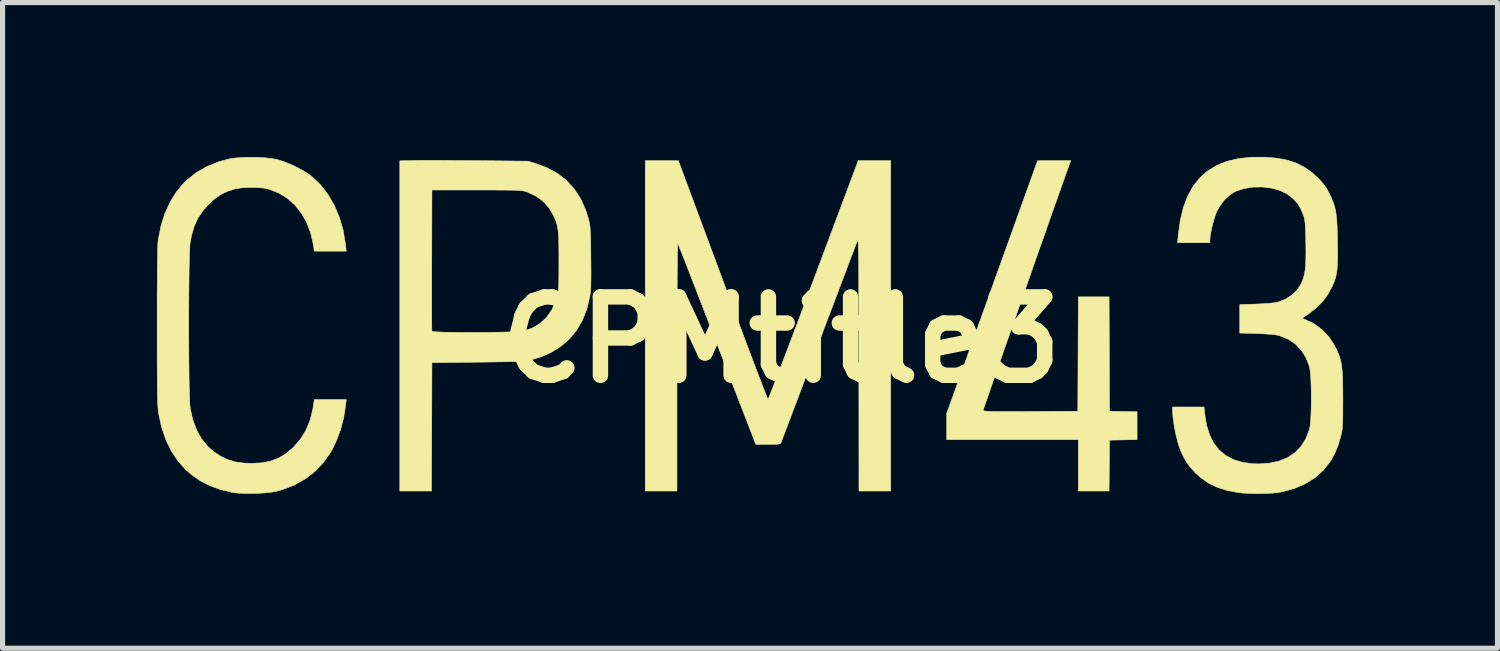
<source format=kicad_pcb>
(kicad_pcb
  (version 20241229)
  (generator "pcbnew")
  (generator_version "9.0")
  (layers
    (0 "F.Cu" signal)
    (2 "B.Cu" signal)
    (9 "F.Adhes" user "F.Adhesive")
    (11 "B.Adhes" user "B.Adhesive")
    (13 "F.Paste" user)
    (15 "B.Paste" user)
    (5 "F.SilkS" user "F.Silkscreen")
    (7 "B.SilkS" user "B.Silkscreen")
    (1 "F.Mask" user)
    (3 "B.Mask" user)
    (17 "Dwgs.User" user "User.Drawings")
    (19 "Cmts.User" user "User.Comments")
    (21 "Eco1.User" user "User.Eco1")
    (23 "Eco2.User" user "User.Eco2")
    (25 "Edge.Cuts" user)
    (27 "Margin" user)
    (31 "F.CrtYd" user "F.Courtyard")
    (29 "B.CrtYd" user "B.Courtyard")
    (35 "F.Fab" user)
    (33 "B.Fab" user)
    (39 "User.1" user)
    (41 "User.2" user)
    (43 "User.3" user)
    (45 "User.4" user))
  (footprint "CPMtitle3"
    (layer "F.Cu")
    (at 12.142 3.556)
    (property "Reference" "CPMtitle3" (at 0 0 0) (layer "F.SilkS") (effects (font (size 1.524 1.524) (thickness 0.3))))
    (attr through_hole)
    (fp_poly (pts (xy 5.589 -3.388) (xy 5.569 -3.333) (xy 5.538 -3.249) (xy 5.499 -3.139) (xy 5.451 -3.003) (xy 5.395 -2.846) (xy 5.333 -2.67) (xy 5.264 -2.476) (xy 5.191 -2.267) (xy 5.113 -2.045) (xy 5.031 -1.814) (xy 4.947 -1.575) (xy 4.861 -1.33) (xy 4.774 -1.082) (xy 4.687 -0.834) (xy 4.601 -0.588) (xy 4.516 -0.346) (xy 4.434 -0.11) (xy 4.354 0.117) (xy 4.279 0.332) (xy 4.208 0.534) (xy 4.144 0.72) (xy 4.085 0.887) (xy 4.035 1.034) (xy 3.992 1.157) (xy 3.958 1.255) (xy 3.934 1.324) (xy 3.921 1.364) (xy 3.919 1.372) (xy 3.923 1.378) (xy 3.939 1.382) (xy 3.967 1.386) (xy 4.012 1.389) (xy 4.076 1.392) (xy 4.162 1.393) (xy 4.272 1.394) (xy 4.41 1.394) (xy 4.577 1.394) (xy 4.778 1.393) (xy 4.84 1.393) (xy 5.76 1.388) (xy 5.77 -0.835) (xy 6.368 -0.835) (xy 6.377 1.388) (xy 6.912 1.398) (xy 6.912 1.94) (xy 6.377 1.95) (xy 6.372 2.445) (xy 6.368 2.939) (xy 5.769 2.939) (xy 5.769 1.941) (xy 3.211 1.941) (xy 3.211 1.432) (xy 4.978 -3.483) (xy 5.624 -3.483) (xy 5.589 -3.388)) (stroke (width 0.01) (type solid)) (fill yes) (layer "F.SilkS"))
    (fp_poly (pts (xy 2.123 2.939) (xy 1.506 2.939) (xy 1.504 0.476) (xy 1.504 0.126) (xy 1.504 -0.189) (xy 1.503 -0.471) (xy 1.503 -0.723) (xy 1.502 -0.944) (xy 1.502 -1.139) (xy 1.501 -1.307) (xy 1.5 -1.45) (xy 1.499 -1.571) (xy 1.497 -1.671) (xy 1.496 -1.752) (xy 1.494 -1.816) (xy 1.492 -1.863) (xy 1.489 -1.897) (xy 1.486 -1.918) (xy 1.483 -1.929) (xy 1.48 -1.93) (xy 1.476 -1.924) (xy 1.475 -1.923) (xy 1.465 -1.898) (xy 1.443 -1.841) (xy 1.41 -1.755) (xy 1.367 -1.641) (xy 1.314 -1.503) (xy 1.253 -1.341) (xy 1.184 -1.16) (xy 1.108 -0.959) (xy 1.027 -0.743) (xy 0.94 -0.513) (xy 0.848 -0.271) (xy 0.754 -0.02) (xy 0.725 0.054) (xy 0.63 0.307) (xy 0.538 0.55) (xy 0.451 0.782) (xy 0.368 1.001) (xy 0.292 1.203) (xy 0.222 1.388) (xy 0.16 1.553) (xy 0.106 1.695) (xy 0.061 1.813) (xy 0.027 1.904) (xy 0.003 1.966) (xy -0.008 1.997) (xy -0.01 2) (xy -0.018 2.013) (xy -0.037 2.022) (xy -0.071 2.028) (xy -0.127 2.031) (xy -0.21 2.032) (xy -0.261 2.032) (xy -0.5 2.032) (xy -1.251 0.086) (xy -1.349 -0.168) (xy -1.444 -0.413) (xy -1.534 -0.646) (xy -1.619 -0.865) (xy -1.698 -1.069) (xy -1.771 -1.255) (xy -1.835 -1.42) (xy -1.892 -1.564) (xy -1.938 -1.683) (xy -1.975 -1.775) (xy -2.001 -1.839) (xy -2.015 -1.873) (xy -2.017 -1.877) (xy -2.019 -1.861) (xy -2.021 -1.811) (xy -2.022 -1.729) (xy -2.024 -1.617) (xy -2.025 -1.477) (xy -2.027 -1.311) (xy -2.028 -1.122) (xy -2.029 -0.911) (xy -2.03 -0.68) (xy -2.031 -0.431) (xy -2.031 -0.167) (xy -2.032 0.11) (xy -2.032 0.398) (xy -2.032 0.523) (xy -2.032 2.939) (xy -2.649 2.939) (xy -2.649 -3.483) (xy -2.005 -3.483) (xy -1.143 -1.164) (xy -1.04 -0.886) (xy -0.939 -0.617) (xy -0.843 -0.36) (xy -0.752 -0.117) (xy -0.666 0.112) (xy -0.586 0.323) (xy -0.514 0.514) (xy -0.449 0.685) (xy -0.392 0.832) (xy -0.345 0.954) (xy -0.308 1.049) (xy -0.281 1.115) (xy -0.266 1.15) (xy -0.263 1.156) (xy -0.255 1.139) (xy -0.234 1.091) (xy -0.203 1.012) (xy -0.161 0.905) (xy -0.109 0.772) (xy -0.049 0.614) (xy 0.02 0.435) (xy 0.096 0.235) (xy 0.179 0.016) (xy 0.268 -0.219) (xy 0.362 -0.468) (xy 0.461 -0.73) (xy 0.563 -1.003) (xy 0.623 -1.163) (xy 1.492 -3.483) (xy 2.123 -3.483) (xy 2.123 2.939)) (stroke (width 0.01) (type solid)) (fill yes) (layer "F.SilkS"))
    (fp_poly (pts (xy -6.715 -3.488) (xy -6.547 -3.487) (xy -6.365 -3.486) (xy -6.174 -3.485) (xy -5.978 -3.483) (xy -5.915 -3.483) (xy -4.926 -3.473) (xy -4.766 -3.423) (xy -4.542 -3.338) (xy -4.344 -3.227) (xy -4.172 -3.091) (xy -4.025 -2.929) (xy -3.904 -2.741) (xy -3.808 -2.527) (xy -3.754 -2.359) (xy -3.743 -2.314) (xy -3.734 -2.27) (xy -3.726 -2.224) (xy -3.721 -2.17) (xy -3.716 -2.103) (xy -3.713 -2.019) (xy -3.71 -1.913) (xy -3.708 -1.781) (xy -3.706 -1.617) (xy -3.706 -1.604) (xy -3.704 -1.427) (xy -3.703 -1.283) (xy -3.704 -1.165) (xy -3.706 -1.069) (xy -3.709 -0.991) (xy -3.715 -0.925) (xy -3.722 -0.869) (xy -3.727 -0.839) (xy -3.784 -0.599) (xy -3.87 -0.381) (xy -3.983 -0.187) (xy -4.122 -0.018) (xy -4.288 0.127) (xy -4.48 0.246) (xy -4.696 0.339) (xy -4.889 0.395) (xy -4.925 0.402) (xy -4.969 0.408) (xy -5.024 0.413) (xy -5.094 0.418) (xy -5.182 0.421) (xy -5.291 0.425) (xy -5.425 0.428) (xy -5.586 0.43) (xy -5.779 0.433) (xy -5.905 0.434) (xy -6.795 0.445) (xy -6.804 2.939) (xy -7.42 2.939) (xy -7.42 -0.927) (xy -6.8 -0.927) (xy -6.8 -0.748) (xy -6.8 -0.587) (xy -6.799 -0.448) (xy -6.799 -0.334) (xy -6.798 -0.247) (xy -6.797 -0.191) (xy -6.795 -0.168) (xy -6.795 -0.168) (xy -6.775 -0.162) (xy -6.723 -0.156) (xy -6.643 -0.152) (xy -6.54 -0.148) (xy -6.418 -0.146) (xy -6.28 -0.144) (xy -6.132 -0.143) (xy -5.977 -0.143) (xy -5.82 -0.144) (xy -5.666 -0.145) (xy -5.517 -0.148) (xy -5.379 -0.151) (xy -5.256 -0.155) (xy -5.152 -0.159) (xy -5.071 -0.165) (xy -5.018 -0.171) (xy -5.009 -0.173) (xy -4.843 -0.23) (xy -4.697 -0.316) (xy -4.572 -0.432) (xy -4.468 -0.576) (xy -4.387 -0.749) (xy -4.36 -0.826) (xy -4.351 -0.86) (xy -4.343 -0.898) (xy -4.338 -0.943) (xy -4.333 -1) (xy -4.33 -1.074) (xy -4.329 -1.168) (xy -4.328 -1.289) (xy -4.327 -1.439) (xy -4.327 -1.515) (xy -4.327 -1.691) (xy -4.329 -1.836) (xy -4.331 -1.954) (xy -4.336 -2.05) (xy -4.343 -2.128) (xy -4.353 -2.194) (xy -4.367 -2.251) (xy -4.385 -2.306) (xy -4.408 -2.362) (xy -4.426 -2.404) (xy -4.515 -2.559) (xy -4.629 -2.688) (xy -4.769 -2.791) (xy -4.934 -2.869) (xy -4.936 -2.87) (xy -4.963 -2.879) (xy -4.99 -2.887) (xy -5.018 -2.894) (xy -5.052 -2.899) (xy -5.096 -2.903) (xy -5.151 -2.907) (xy -5.223 -2.909) (xy -5.314 -2.91) (xy -5.428 -2.911) (xy -5.569 -2.912) (xy -5.739 -2.912) (xy -5.924 -2.912) (xy -6.795 -2.912) (xy -6.799 -1.551) (xy -6.8 -1.332) (xy -6.8 -1.123) (xy -6.8 -0.927) (xy -7.42 -0.927) (xy -7.42 -3.479) (xy -7.162 -3.486) (xy -7.093 -3.487) (xy -6.993 -3.488) (xy -6.865 -3.488) (xy -6.715 -3.488)) (stroke (width 0.01) (type solid)) (fill yes) (layer "F.SilkS"))
    (fp_poly (pts (xy -10.196 -3.547) (xy -10.047 -3.539) (xy -9.913 -3.525) (xy -9.806 -3.505) (xy -9.674 -3.464) (xy -9.53 -3.406) (xy -9.386 -3.336) (xy -9.252 -3.26) (xy -9.141 -3.183) (xy -9.123 -3.168) (xy -8.958 -3.009) (xy -8.814 -2.822) (xy -8.692 -2.611) (xy -8.594 -2.38) (xy -8.522 -2.132) (xy -8.478 -1.872) (xy -8.477 -1.864) (xy -8.461 -1.724) (xy -9.081 -1.724) (xy -9.103 -1.859) (xy -9.153 -2.079) (xy -9.231 -2.281) (xy -9.333 -2.461) (xy -9.458 -2.618) (xy -9.604 -2.749) (xy -9.769 -2.852) (xy -9.952 -2.924) (xy -9.979 -2.932) (xy -10.081 -2.951) (xy -10.207 -2.961) (xy -10.341 -2.963) (xy -10.473 -2.957) (xy -10.589 -2.941) (xy -10.632 -2.931) (xy -10.783 -2.882) (xy -10.914 -2.817) (xy -11.034 -2.73) (xy -11.131 -2.641) (xy -11.251 -2.506) (xy -11.344 -2.366) (xy -11.415 -2.212) (xy -11.467 -2.036) (xy -11.494 -1.896) (xy -11.5 -1.843) (xy -11.504 -1.757) (xy -11.509 -1.642) (xy -11.513 -1.502) (xy -11.516 -1.34) (xy -11.518 -1.159) (xy -11.52 -0.963) (xy -11.522 -0.756) (xy -11.523 -0.541) (xy -11.523 -0.321) (xy -11.523 -0.102) (xy -11.522 0.115) (xy -11.521 0.326) (xy -11.519 0.526) (xy -11.517 0.713) (xy -11.514 0.883) (xy -11.51 1.031) (xy -11.506 1.156) (xy -11.501 1.253) (xy -11.496 1.318) (xy -11.494 1.333) (xy -11.444 1.556) (xy -11.369 1.755) (xy -11.271 1.929) (xy -11.15 2.076) (xy -11.043 2.17) (xy -10.903 2.263) (xy -10.762 2.33) (xy -10.612 2.374) (xy -10.445 2.396) (xy -10.305 2.401) (xy -10.111 2.392) (xy -9.94 2.36) (xy -9.788 2.305) (xy -9.648 2.223) (xy -9.513 2.112) (xy -9.479 2.078) (xy -9.347 1.924) (xy -9.243 1.755) (xy -9.165 1.566) (xy -9.112 1.353) (xy -9.104 1.304) (xy -9.082 1.161) (xy -8.461 1.161) (xy -8.477 1.302) (xy -8.512 1.518) (xy -8.569 1.736) (xy -8.645 1.945) (xy -8.735 2.135) (xy -8.766 2.189) (xy -8.906 2.387) (xy -9.071 2.56) (xy -9.261 2.705) (xy -9.473 2.824) (xy -9.706 2.913) (xy -9.806 2.941) (xy -9.908 2.961) (xy -10.034 2.975) (xy -10.176 2.984) (xy -10.323 2.988) (xy -10.463 2.986) (xy -10.587 2.978) (xy -10.668 2.967) (xy -10.902 2.912) (xy -11.109 2.838) (xy -11.295 2.743) (xy -11.466 2.624) (xy -11.582 2.523) (xy -11.733 2.355) (xy -11.862 2.16) (xy -11.969 1.94) (xy -12.051 1.698) (xy -12.108 1.435) (xy -12.111 1.415) (xy -12.116 1.377) (xy -12.12 1.331) (xy -12.124 1.272) (xy -12.127 1.2) (xy -12.13 1.112) (xy -12.132 1.006) (xy -12.134 0.878) (xy -12.135 0.727) (xy -12.136 0.55) (xy -12.137 0.345) (xy -12.137 0.109) (xy -12.137 -0.159) (xy -12.137 -0.275) (xy -12.137 -0.59) (xy -12.137 -0.873) (xy -12.135 -1.125) (xy -12.134 -1.344) (xy -12.131 -1.531) (xy -12.129 -1.684) (xy -12.126 -1.802) (xy -12.122 -1.886) (xy -12.118 -1.934) (xy -12.066 -2.201) (xy -11.989 -2.449) (xy -11.887 -2.675) (xy -11.762 -2.877) (xy -11.615 -3.053) (xy -11.57 -3.096) (xy -11.384 -3.245) (xy -11.175 -3.367) (xy -10.942 -3.461) (xy -10.741 -3.516) (xy -10.633 -3.533) (xy -10.499 -3.544) (xy -10.35 -3.549) (xy -10.196 -3.547)) (stroke (width 0.01) (type solid)) (fill yes) (layer "F.SilkS"))
    (fp_poly (pts (xy 9.632 -3.531) (xy 9.833 -3.493) (xy 10.011 -3.434) (xy 10.171 -3.352) (xy 10.318 -3.246) (xy 10.415 -3.158) (xy 10.495 -3.076) (xy 10.553 -3.005) (xy 10.601 -2.935) (xy 10.644 -2.854) (xy 10.647 -2.848) (xy 10.689 -2.76) (xy 10.722 -2.68) (xy 10.749 -2.602) (xy 10.769 -2.521) (xy 10.783 -2.43) (xy 10.794 -2.325) (xy 10.801 -2.199) (xy 10.806 -2.047) (xy 10.809 -1.91) (xy 10.811 -1.734) (xy 10.811 -1.589) (xy 10.807 -1.469) (xy 10.8 -1.37) (xy 10.788 -1.286) (xy 10.772 -1.212) (xy 10.749 -1.143) (xy 10.72 -1.073) (xy 10.697 -1.023) (xy 10.615 -0.874) (xy 10.52 -0.745) (xy 10.404 -0.629) (xy 10.262 -0.517) (xy 10.217 -0.486) (xy 10.117 -0.419) (xy 10.17 -0.399) (xy 10.347 -0.315) (xy 10.504 -0.201) (xy 10.639 -0.06) (xy 10.75 0.107) (xy 10.808 0.227) (xy 10.836 0.299) (xy 10.859 0.368) (xy 10.877 0.44) (xy 10.89 0.519) (xy 10.9 0.611) (xy 10.907 0.721) (xy 10.91 0.853) (xy 10.912 1.012) (xy 10.913 1.161) (xy 10.912 1.32) (xy 10.912 1.448) (xy 10.91 1.55) (xy 10.907 1.631) (xy 10.903 1.695) (xy 10.898 1.748) (xy 10.89 1.795) (xy 10.88 1.841) (xy 10.872 1.872) (xy 10.823 2.041) (xy 10.766 2.186) (xy 10.696 2.318) (xy 10.66 2.375) (xy 10.53 2.538) (xy 10.373 2.678) (xy 10.191 2.793) (xy 9.986 2.884) (xy 9.76 2.948) (xy 9.664 2.967) (xy 9.545 2.98) (xy 9.402 2.988) (xy 9.248 2.991) (xy 9.095 2.987) (xy 8.954 2.978) (xy 8.861 2.967) (xy 8.648 2.924) (xy 8.463 2.864) (xy 8.3 2.785) (xy 8.153 2.683) (xy 8.045 2.586) (xy 7.937 2.466) (xy 7.848 2.337) (xy 7.775 2.194) (xy 7.715 2.032) (xy 7.667 1.843) (xy 7.637 1.69) (xy 7.623 1.597) (xy 7.611 1.508) (xy 7.604 1.434) (xy 7.602 1.395) (xy 7.602 1.306) (xy 8.214 1.306) (xy 8.227 1.436) (xy 8.261 1.653) (xy 8.32 1.843) (xy 8.401 2.006) (xy 8.507 2.141) (xy 8.636 2.249) (xy 8.79 2.329) (xy 8.967 2.383) (xy 9.168 2.409) (xy 9.271 2.412) (xy 9.484 2.398) (xy 9.673 2.357) (xy 9.839 2.289) (xy 9.982 2.194) (xy 10.099 2.072) (xy 10.192 1.925) (xy 10.259 1.752) (xy 10.263 1.74) (xy 10.275 1.676) (xy 10.285 1.582) (xy 10.292 1.465) (xy 10.297 1.332) (xy 10.299 1.19) (xy 10.299 1.045) (xy 10.296 0.904) (xy 10.291 0.775) (xy 10.284 0.662) (xy 10.273 0.574) (xy 10.264 0.528) (xy 10.2 0.355) (xy 10.11 0.208) (xy 9.995 0.086) (xy 9.856 -0.009) (xy 9.691 -0.077) (xy 9.665 -0.085) (xy 9.603 -0.097) (xy 9.509 -0.107) (xy 9.387 -0.116) (xy 9.241 -0.122) (xy 9.239 -0.122) (xy 8.908 -0.132) (xy 8.908 -0.684) (xy 9.23 -0.695) (xy 9.354 -0.701) (xy 9.466 -0.708) (xy 9.559 -0.718) (xy 9.626 -0.727) (xy 9.646 -0.732) (xy 9.792 -0.788) (xy 9.92 -0.87) (xy 10.026 -0.972) (xy 10.103 -1.09) (xy 10.124 -1.139) (xy 10.148 -1.21) (xy 10.167 -1.283) (xy 10.18 -1.364) (xy 10.189 -1.458) (xy 10.193 -1.572) (xy 10.195 -1.71) (xy 10.193 -1.878) (xy 10.192 -1.894) (xy 10.19 -2.032) (xy 10.186 -2.139) (xy 10.182 -2.222) (xy 10.177 -2.285) (xy 10.17 -2.335) (xy 10.16 -2.377) (xy 10.148 -2.418) (xy 10.144 -2.428) (xy 10.095 -2.547) (xy 10.037 -2.643) (xy 9.962 -2.729) (xy 9.937 -2.752) (xy 9.821 -2.84) (xy 9.689 -2.904) (xy 9.538 -2.947) (xy 9.356 -2.971) (xy 9.173 -2.969) (xy 8.999 -2.942) (xy 8.842 -2.892) (xy 8.807 -2.876) (xy 8.706 -2.81) (xy 8.61 -2.718) (xy 8.524 -2.606) (xy 8.463 -2.498) (xy 8.432 -2.419) (xy 8.401 -2.32) (xy 8.372 -2.211) (xy 8.349 -2.104) (xy 8.333 -2.01) (xy 8.328 -1.943) (xy 8.328 -1.887) (xy 7.7 -1.887) (xy 7.715 -2.055) (xy 7.753 -2.33) (xy 7.813 -2.576) (xy 7.896 -2.794) (xy 8.001 -2.984) (xy 8.13 -3.147) (xy 8.283 -3.282) (xy 8.459 -3.389) (xy 8.659 -3.47) (xy 8.883 -3.523) (xy 9.132 -3.55) (xy 9.405 -3.551) (xy 9.632 -3.531)) (stroke (width 0.01) (type solid)) (fill yes) (layer "F.SilkS")))
  (gr_rect
    (start -3 -3)
    (end 26.06 9.551)
    (stroke (width 0.1) (type default))
    (fill no)
    (layer "Edge.Cuts")))
</source>
